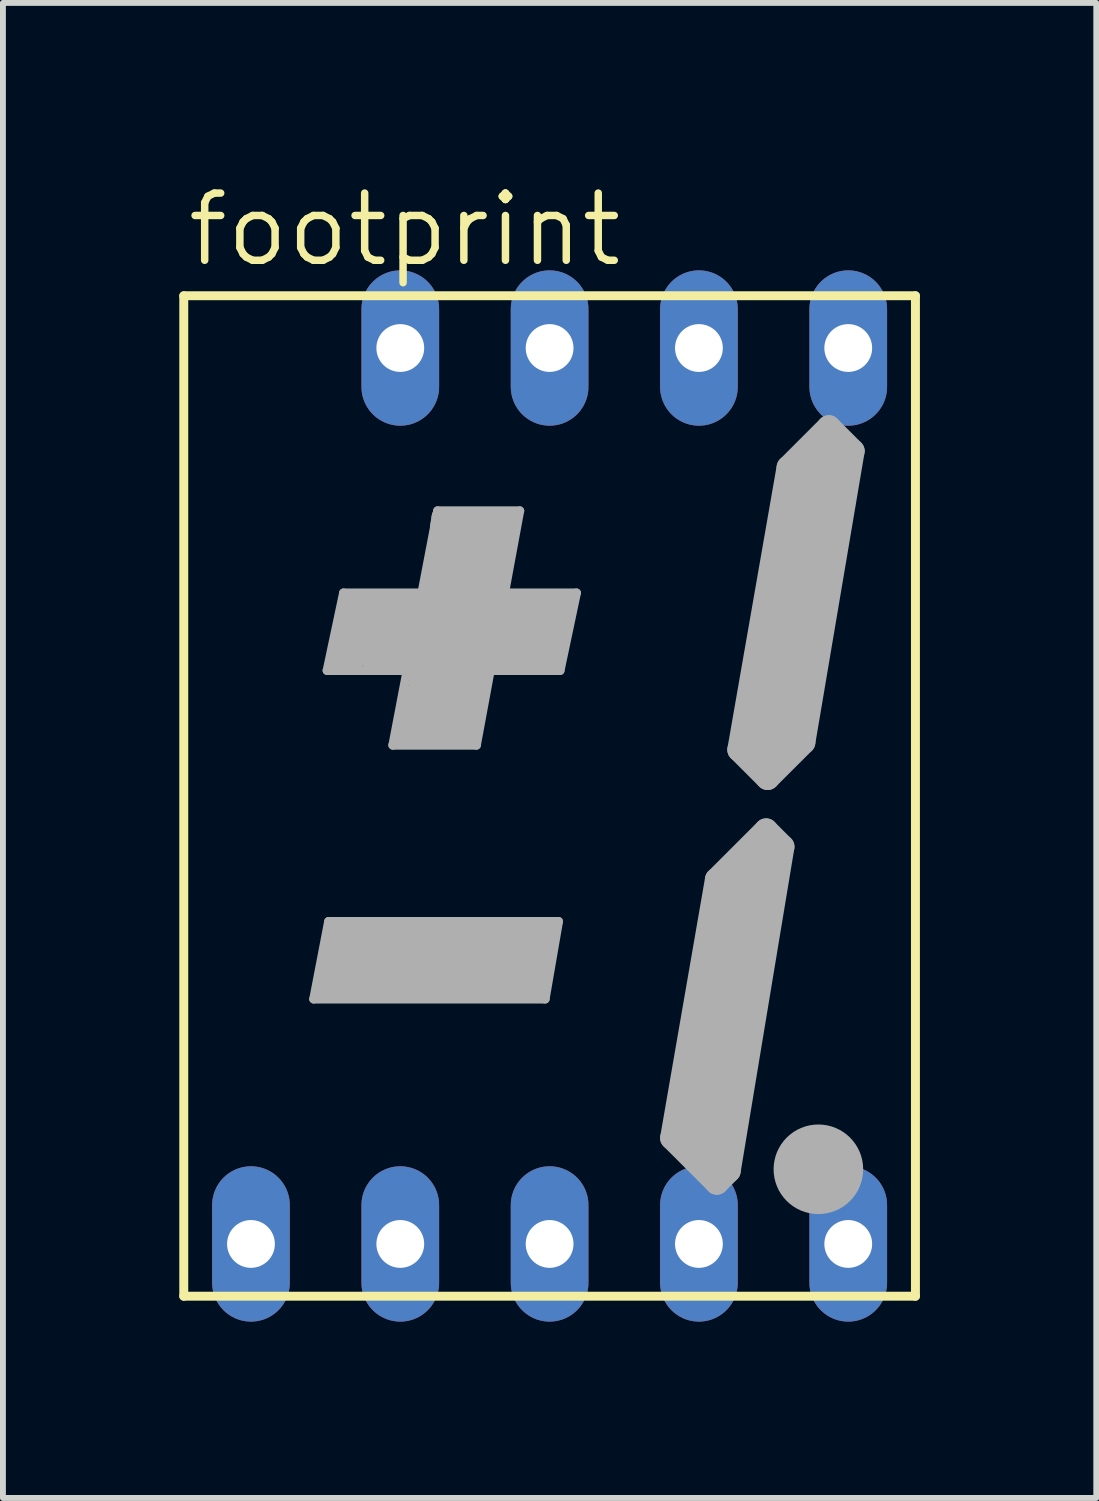
<source format=kicad_pcb>
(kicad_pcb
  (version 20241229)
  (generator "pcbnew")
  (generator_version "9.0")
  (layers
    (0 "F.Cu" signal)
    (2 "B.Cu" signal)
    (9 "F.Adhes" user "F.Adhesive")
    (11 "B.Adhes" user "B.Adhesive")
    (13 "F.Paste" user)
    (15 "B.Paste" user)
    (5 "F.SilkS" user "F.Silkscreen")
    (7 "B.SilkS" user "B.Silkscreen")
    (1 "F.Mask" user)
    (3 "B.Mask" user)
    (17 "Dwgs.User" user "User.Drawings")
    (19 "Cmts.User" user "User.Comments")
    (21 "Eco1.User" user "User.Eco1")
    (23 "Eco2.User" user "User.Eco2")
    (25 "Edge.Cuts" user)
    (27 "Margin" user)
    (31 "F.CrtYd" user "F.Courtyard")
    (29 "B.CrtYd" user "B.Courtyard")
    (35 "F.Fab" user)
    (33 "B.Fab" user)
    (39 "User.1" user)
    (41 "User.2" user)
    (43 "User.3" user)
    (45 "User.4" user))
  (footprint "footprint"
    (layer "F.Cu")
    (at 6.299 10.49)
    (property "Reference" "footprint" (at -6.223 -8.966 0) (layer "F.SilkS") (effects (font (size 1.143 1.143) (thickness 0.127)) (justify left bottom)))
    (fp_line (start -6.223 -8.509) (end -6.223 8.509) (stroke (width 0.152) (type solid)) (layer "F.SilkS"))
    (fp_line (start -6.223 -8.509) (end 6.223 -8.509) (stroke (width 0.152) (type solid)) (layer "F.SilkS"))
    (fp_line (start 6.223 8.509) (end -6.223 8.509) (stroke (width 0.152) (type solid)) (layer "F.SilkS"))
    (fp_line (start 6.223 8.509) (end 6.223 -8.509) (stroke (width 0.152) (type solid)) (layer "F.SilkS"))
    (fp_line (start -4.013 3.454) (end -0.076 3.454) (stroke (width 0.152) (type solid)) (layer "F.Fab"))
    (fp_line (start -3.81 3.327) (end -3.581 3.327) (stroke (width 0.305) (type solid)) (layer "F.Fab"))
    (fp_line (start -3.785 -2.134) (end 0.178 -2.134) (stroke (width 0.152) (type solid)) (layer "F.Fab"))
    (fp_line (start -3.759 2.134) (end -4.013 3.454) (stroke (width 0.152) (type solid)) (layer "F.Fab"))
    (fp_line (start -3.607 2.286) (end -3.81 3.327) (stroke (width 0.305) (type solid)) (layer "F.Fab"))
    (fp_line (start -3.505 -3.454) (end -3.785 -2.134) (stroke (width 0.152) (type solid)) (layer "F.Fab"))
    (fp_line (start -3.505 2.286) (end -3.607 2.286) (stroke (width 0.305) (type solid)) (layer "F.Fab"))
    (fp_line (start -3.378 -3.277) (end -3.607 -2.261) (stroke (width 0.305) (type solid)) (layer "F.Fab"))
    (fp_line (start -3.327 -2.261) (end -3.607 -2.261) (stroke (width 0.305) (type solid)) (layer "F.Fab"))
    (fp_line (start -3.15 -3.277) (end -3.378 -3.277) (stroke (width 0.305) (type solid)) (layer "F.Fab"))
    (fp_line (start -2.489 -0.991) (end -1.346 -0.991) (stroke (width 0.305) (type solid)) (layer "F.Fab"))
    (fp_line (start -2.337 -1.727) (end -2.489 -0.991) (stroke (width 0.305) (type solid)) (layer "F.Fab"))
    (fp_line (start -1.905 -4.851) (end -2.667 -0.864) (stroke (width 0.152) (type solid)) (layer "F.Fab"))
    (fp_line (start -1.88 -4.597) (end -1.854 -4.75) (stroke (width 0.305) (type solid)) (layer "F.Fab"))
    (fp_line (start -1.854 -4.75) (end -0.66 -4.75) (stroke (width 0.305) (type solid)) (layer "F.Fab"))
    (fp_line (start -1.321 -4.216) (end -1.829 -1.499) (stroke (width 1.27) (type solid)) (layer "F.Fab"))
    (fp_line (start -1.295 -1.295) (end -1.346 -0.991) (stroke (width 0.305) (type solid)) (layer "F.Fab"))
    (fp_line (start -1.245 -0.864) (end -2.667 -0.864) (stroke (width 0.152) (type solid)) (layer "F.Fab"))
    (fp_line (start -1.245 -0.864) (end -0.508 -4.851) (stroke (width 0.152) (type solid)) (layer "F.Fab"))
    (fp_line (start -0.66 -4.75) (end -0.762 -4.242) (stroke (width 0.305) (type solid)) (layer "F.Fab"))
    (fp_line (start -0.61 2.794) (end -3.226 2.794) (stroke (width 1.27) (type solid)) (layer "F.Fab"))
    (fp_line (start -0.508 -4.851) (end -1.905 -4.851) (stroke (width 0.152) (type solid)) (layer "F.Fab"))
    (fp_line (start -0.457 3.277) (end -0.178 3.277) (stroke (width 0.305) (type solid)) (layer "F.Fab"))
    (fp_line (start -0.381 -2.794) (end -2.921 -2.794) (stroke (width 1.27) (type solid)) (layer "F.Fab"))
    (fp_line (start -0.178 3.277) (end 0 2.311) (stroke (width 0.305) (type solid)) (layer "F.Fab"))
    (fp_line (start -0.102 -3.277) (end 0.254 -3.277) (stroke (width 0.305) (type solid)) (layer "F.Fab"))
    (fp_line (start 0 2.311) (end -0.406 2.311) (stroke (width 0.305) (type solid)) (layer "F.Fab"))
    (fp_line (start 0.051 -2.286) (end -0.152 -2.286) (stroke (width 0.305) (type solid)) (layer "F.Fab"))
    (fp_line (start 0.152 2.134) (end -3.759 2.134) (stroke (width 0.152) (type solid)) (layer "F.Fab"))
    (fp_line (start 0.152 2.134) (end -0.076 3.454) (stroke (width 0.152) (type solid)) (layer "F.Fab"))
    (fp_line (start 0.254 -3.277) (end 0.051 -2.286) (stroke (width 0.305) (type solid)) (layer "F.Fab"))
    (fp_line (start 0.457 -3.454) (end -3.505 -3.454) (stroke (width 0.152) (type solid)) (layer "F.Fab"))
    (fp_line (start 0.457 -3.454) (end 0.178 -2.134) (stroke (width 0.152) (type solid)) (layer "F.Fab"))
    (fp_line (start 2.083 5.817) (end 2.845 6.579) (stroke (width 0.406) (type solid)) (layer "F.Fab"))
    (fp_line (start 2.845 1.422) (end 2.083 5.817) (stroke (width 0.406) (type solid)) (layer "F.Fab"))
    (fp_line (start 2.845 6.579) (end 3.048 6.375) (stroke (width 0.406) (type solid)) (layer "F.Fab"))
    (fp_line (start 3.048 6.375) (end 3.962 0.864) (stroke (width 0.406) (type solid)) (layer "F.Fab"))
    (fp_line (start 3.226 -0.787) (end 3.708 -0.305) (stroke (width 0.406) (type solid)) (layer "F.Fab"))
    (fp_line (start 3.48 1.168) (end 2.642 5.994) (stroke (width 0.813) (type solid)) (layer "F.Fab"))
    (fp_line (start 3.683 0.584) (end 2.845 1.422) (stroke (width 0.406) (type solid)) (layer "F.Fab"))
    (fp_line (start 3.708 -0.305) (end 4.318 -0.914) (stroke (width 0.406) (type solid)) (layer "F.Fab"))
    (fp_line (start 3.962 0.864) (end 3.683 0.584) (stroke (width 0.406) (type solid)) (layer "F.Fab"))
    (fp_line (start 4.064 -5.588) (end 3.226 -0.787) (stroke (width 0.406) (type solid)) (layer "F.Fab"))
    (fp_line (start 4.318 -0.914) (end 5.156 -5.867) (stroke (width 0.406) (type solid)) (layer "F.Fab"))
    (fp_line (start 4.47 6.35) (end 4.648 6.35) (stroke (width 0.305) (type solid)) (layer "F.Fab"))
    (fp_line (start 4.572 -5.766) (end 3.759 -0.914) (stroke (width 0.813) (type solid)) (layer "F.Fab"))
    (fp_line (start 4.75 -6.274) (end 4.064 -5.588) (stroke (width 0.406) (type solid)) (layer "F.Fab"))
    (fp_line (start 5.156 -5.867) (end 4.75 -6.274) (stroke (width 0.406) (type solid)) (layer "F.Fab"))
    (fp_circle (center 4.572 6.35) (end 4.953 6.35) (stroke (width 0.762) (type solid)) (fill no) (layer "F.Fab"))
    (pad "1" thru_hole oval (at -5.08 7.62 90) (size 2.642 1.321) (drill 0.813) (layers "*.Cu" "*.Mask"))
    (pad "2" thru_hole oval (at -2.54 7.62 90) (size 2.642 1.321) (drill 0.813) (layers "*.Cu" "*.Mask"))
    (pad "3" thru_hole oval (at 0 7.62 90) (size 2.642 1.321) (drill 0.813) (layers "*.Cu" "*.Mask"))
    (pad "4" thru_hole oval (at 2.54 7.62 90) (size 2.642 1.321) (drill 0.813) (layers "*.Cu" "*.Mask"))
    (pad "5" thru_hole oval (at 5.08 7.62 90) (size 2.642 1.321) (drill 0.813) (layers "*.Cu" "*.Mask"))
    (pad "6" thru_hole oval (at 5.08 -7.62 90) (size 2.642 1.321) (drill 0.813) (layers "*.Cu" "*.Mask"))
    (pad "7" thru_hole oval (at 2.54 -7.62 90) (size 2.642 1.321) (drill 0.813) (layers "*.Cu" "*.Mask"))
    (pad "8" thru_hole oval (at 0 -7.62 90) (size 2.642 1.321) (drill 0.813) (layers "*.Cu" "*.Mask"))
    (pad "9" thru_hole oval (at -2.54 -7.62 90) (size 2.642 1.321) (drill 0.813) (layers "*.Cu" "*.Mask")))
  (gr_rect
    (start -3 -3)
    (end 15.598 22.431)
    (stroke (width 0.1) (type default))
    (fill no)
    (layer "Edge.Cuts")))
</source>
